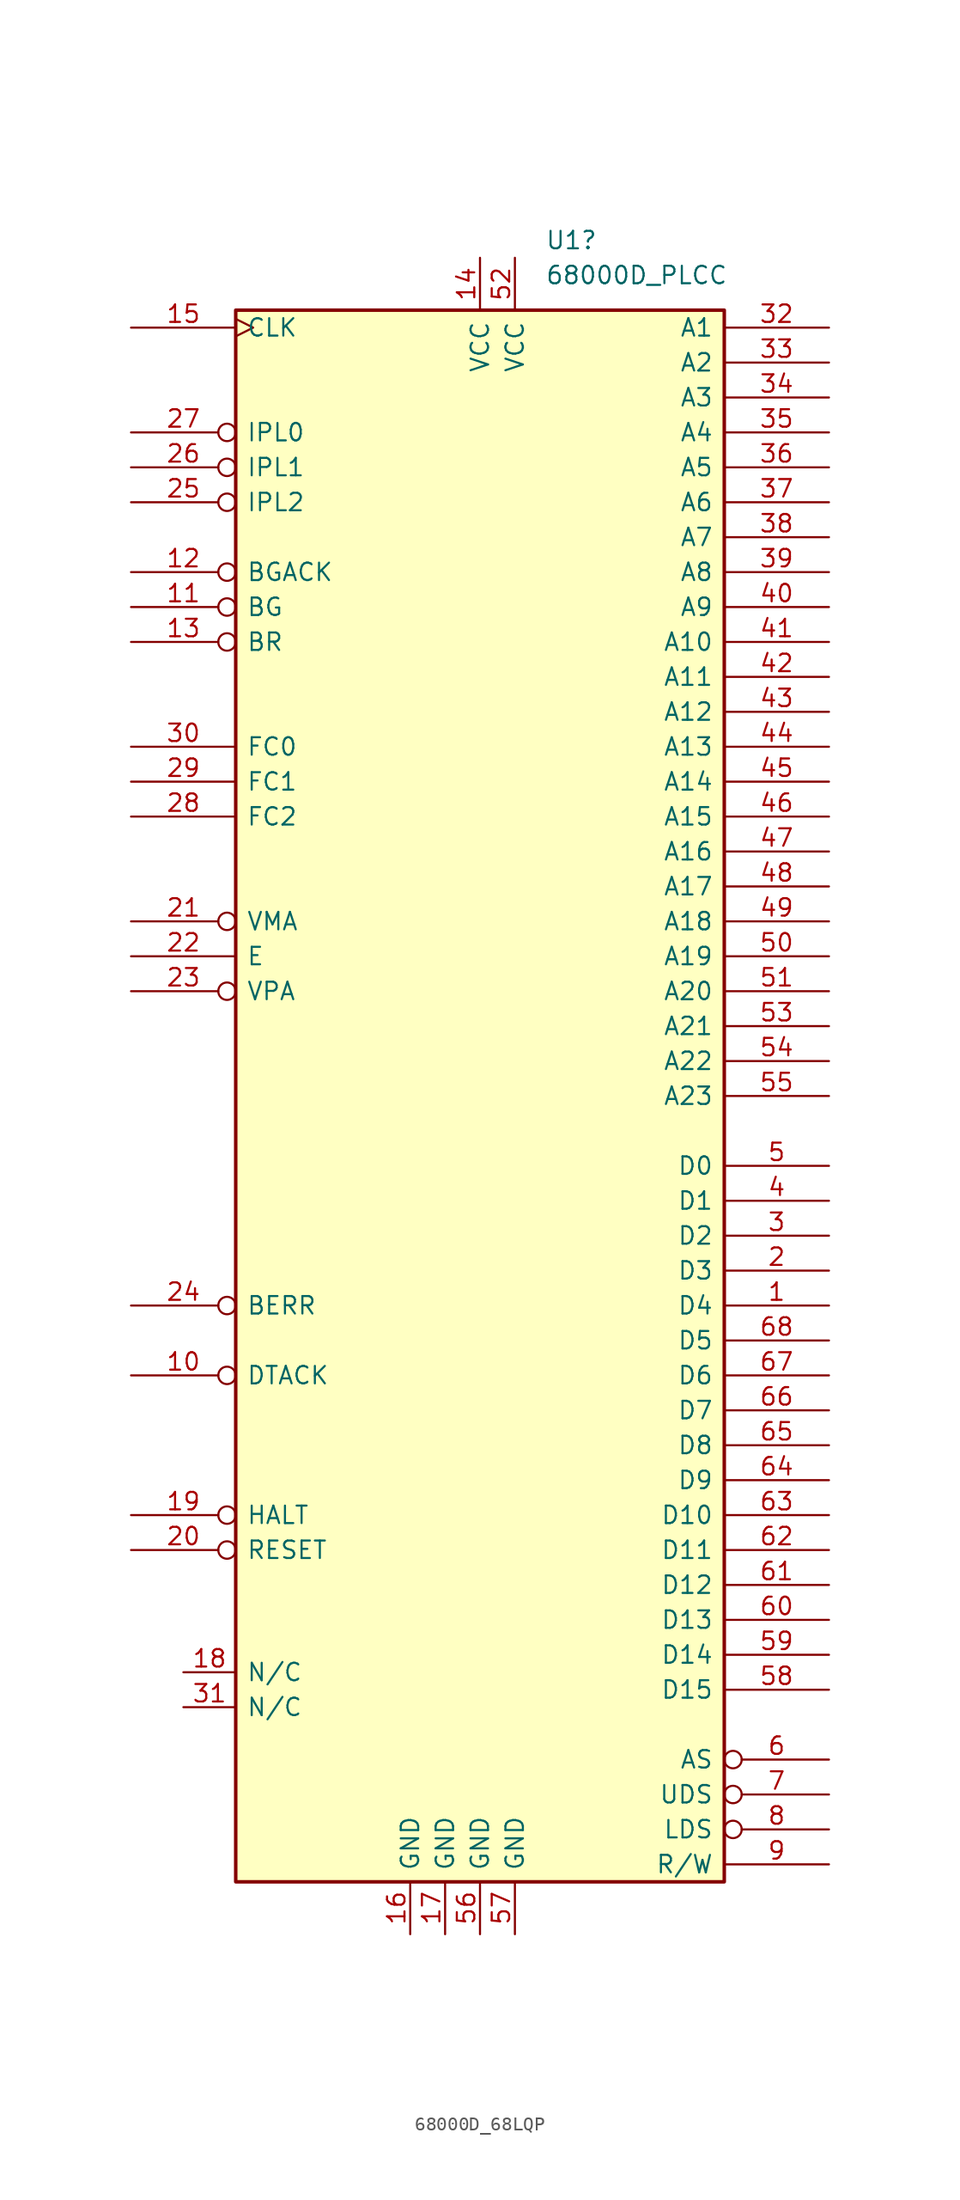
<source format=kicad_sym>
(kicad_symbol_lib
  (version 20241209)
  (generator "kicad_symbol_editor")
  (generator_version "9.0")
  (symbol "68000D_68LQP"
    (pin_names
      (offset 0.762))
    (property "Reference" "U1"
      (at 4.734 62.23 0)
      (effects (font (size 1.27 1.27)) (justify left)))
    (property "Value" "68000D_PLCC"
      (at 4.734 59.69 0)
      (effects (font (size 1.27 1.27)) (justify left)))
    (symbol "68000D_68LQP_0_1"
      (rectangle (start -17.78 57.15) (end 17.78 -57.15) (stroke (width 0.254) (type default)) (fill (type background))))
    (symbol "68000D_68LQP_1_1"
      (pin input clock (at -25.4 55.88 0) (length 7.62) (name "CLK" (effects (font (size 1.27 1.27)))) (number "15" (effects (font (size 1.27 1.27)))))
      (pin input inverted (at -25.4 48.26 0) (length 7.62) (name "IPL0" (effects (font (size 1.27 1.27)))) (number "27" (effects (font (size 1.27 1.27)))))
      (pin input inverted (at -25.4 45.72 0) (length 7.62) (name "IPL1" (effects (font (size 1.27 1.27)))) (number "26" (effects (font (size 1.27 1.27)))))
      (pin input inverted (at -25.4 43.18 0) (length 7.62) (name "IPL2" (effects (font (size 1.27 1.27)))) (number "25" (effects (font (size 1.27 1.27)))))
      (pin input inverted (at -25.4 38.1 0) (length 7.62) (name "BGACK" (effects (font (size 1.27 1.27)))) (number "12" (effects (font (size 1.27 1.27)))))
      (pin output inverted (at -25.4 35.56 0) (length 7.62) (name "BG" (effects (font (size 1.27 1.27)))) (number "11" (effects (font (size 1.27 1.27)))))
      (pin input inverted (at -25.4 33.02 0) (length 7.62) (name "BR" (effects (font (size 1.27 1.27)))) (number "13" (effects (font (size 1.27 1.27)))))
      (pin output line (at -25.4 25.4 0) (length 7.62) (name "FC0" (effects (font (size 1.27 1.27)))) (number "30" (effects (font (size 1.27 1.27)))))
      (pin output line (at -25.4 22.86 0) (length 7.62) (name "FC1" (effects (font (size 1.27 1.27)))) (number "29" (effects (font (size 1.27 1.27)))))
      (pin output line (at -25.4 20.32 0) (length 7.62) (name "FC2" (effects (font (size 1.27 1.27)))) (number "28" (effects (font (size 1.27 1.27)))))
      (pin output inverted (at -25.4 12.7 0) (length 7.62) (name "VMA" (effects (font (size 1.27 1.27)))) (number "21" (effects (font (size 1.27 1.27)))))
      (pin output line (at -25.4 10.16 0) (length 7.62) (name "E" (effects (font (size 1.27 1.27)))) (number "22" (effects (font (size 1.27 1.27)))))
      (pin input inverted (at -25.4 7.62 0) (length 7.62) (name "VPA" (effects (font (size 1.27 1.27)))) (number "23" (effects (font (size 1.27 1.27)))))
      (pin input inverted (at -25.4 -15.24 0) (length 7.62) (name "BERR" (effects (font (size 1.27 1.27)))) (number "24" (effects (font (size 1.27 1.27)))))
      (pin input inverted (at -25.4 -20.32 0) (length 7.62) (name "DTACK" (effects (font (size 1.27 1.27)))) (number "10" (effects (font (size 1.27 1.27)))))
      (pin bidirectional inverted (at -25.4 -30.48 0) (length 7.62) (name "HALT" (effects (font (size 1.27 1.27)))) (number "19" (effects (font (size 1.27 1.27)))))
      (pin bidirectional inverted (at -25.4 -33.02 0) (length 7.62) (name "RESET" (effects (font (size 1.27 1.27)))) (number "20" (effects (font (size 1.27 1.27)))))
      (pin unspecified line (at -21.59 -41.91 0) (length 3.81) (name "N/C" (effects (font (size 1.27 1.27)))) (number "18" (effects (font (size 1.27 1.27)))))
      (pin unspecified line (at -21.59 -44.45 0) (length 3.81) (name "N/C" (effects (font (size 1.27 1.27)))) (number "31" (effects (font (size 1.27 1.27)))))
      (pin power_in line (at -5.08 -60.96 90) (length 3.81) (name "GND" (effects (font (size 1.27 1.27)))) (number "16" (effects (font (size 1.27 1.27)))))
      (pin power_in line (at -2.54 -60.96 90) (length 3.81) (name "GND" (effects (font (size 1.27 1.27)))) (number "17" (effects (font (size 1.27 1.27)))))
      (pin power_in line (at 0 60.96 270) (length 3.81) (name "VCC" (effects (font (size 1.27 1.27)))) (number "14" (effects (font (size 1.27 1.27)))))
      (pin power_in line (at 0 -60.96 90) (length 3.81) (name "GND" (effects (font (size 1.27 1.27)))) (number "56" (effects (font (size 1.27 1.27)))))
      (pin power_in line (at 2.54 60.96 270) (length 3.81) (name "VCC" (effects (font (size 1.27 1.27)))) (number "52" (effects (font (size 1.27 1.27)))))
      (pin power_in line (at 2.54 -60.96 90) (length 3.81) (name "GND" (effects (font (size 1.27 1.27)))) (number "57" (effects (font (size 1.27 1.27)))))
      (pin output line (at 25.4 55.88 180) (length 7.62) (name "A1" (effects (font (size 1.27 1.27)))) (number "32" (effects (font (size 1.27 1.27)))))
      (pin output line (at 25.4 53.34 180) (length 7.62) (name "A2" (effects (font (size 1.27 1.27)))) (number "33" (effects (font (size 1.27 1.27)))))
      (pin output line (at 25.4 50.8 180) (length 7.62) (name "A3" (effects (font (size 1.27 1.27)))) (number "34" (effects (font (size 1.27 1.27)))))
      (pin output line (at 25.4 48.26 180) (length 7.62) (name "A4" (effects (font (size 1.27 1.27)))) (number "35" (effects (font (size 1.27 1.27)))))
      (pin output line (at 25.4 45.72 180) (length 7.62) (name "A5" (effects (font (size 1.27 1.27)))) (number "36" (effects (font (size 1.27 1.27)))))
      (pin output line (at 25.4 43.18 180) (length 7.62) (name "A6" (effects (font (size 1.27 1.27)))) (number "37" (effects (font (size 1.27 1.27)))))
      (pin output line (at 25.4 40.64 180) (length 7.62) (name "A7" (effects (font (size 1.27 1.27)))) (number "38" (effects (font (size 1.27 1.27)))))
      (pin output line (at 25.4 38.1 180) (length 7.62) (name "A8" (effects (font (size 1.27 1.27)))) (number "39" (effects (font (size 1.27 1.27)))))
      (pin output line (at 25.4 35.56 180) (length 7.62) (name "A9" (effects (font (size 1.27 1.27)))) (number "40" (effects (font (size 1.27 1.27)))))
      (pin output line (at 25.4 33.02 180) (length 7.62) (name "A10" (effects (font (size 1.27 1.27)))) (number "41" (effects (font (size 1.27 1.27)))))
      (pin output line (at 25.4 30.48 180) (length 7.62) (name "A11" (effects (font (size 1.27 1.27)))) (number "42" (effects (font (size 1.27 1.27)))))
      (pin output line (at 25.4 27.94 180) (length 7.62) (name "A12" (effects (font (size 1.27 1.27)))) (number "43" (effects (font (size 1.27 1.27)))))
      (pin output line (at 25.4 25.4 180) (length 7.62) (name "A13" (effects (font (size 1.27 1.27)))) (number "44" (effects (font (size 1.27 1.27)))))
      (pin output line (at 25.4 22.86 180) (length 7.62) (name "A14" (effects (font (size 1.27 1.27)))) (number "45" (effects (font (size 1.27 1.27)))))
      (pin output line (at 25.4 20.32 180) (length 7.62) (name "A15" (effects (font (size 1.27 1.27)))) (number "46" (effects (font (size 1.27 1.27)))))
      (pin output line (at 25.4 17.78 180) (length 7.62) (name "A16" (effects (font (size 1.27 1.27)))) (number "47" (effects (font (size 1.27 1.27)))))
      (pin output line (at 25.4 15.24 180) (length 7.62) (name "A17" (effects (font (size 1.27 1.27)))) (number "48" (effects (font (size 1.27 1.27)))))
      (pin output line (at 25.4 12.7 180) (length 7.62) (name "A18" (effects (font (size 1.27 1.27)))) (number "49" (effects (font (size 1.27 1.27)))))
      (pin output line (at 25.4 10.16 180) (length 7.62) (name "A19" (effects (font (size 1.27 1.27)))) (number "50" (effects (font (size 1.27 1.27)))))
      (pin output line (at 25.4 7.62 180) (length 7.62) (name "A20" (effects (font (size 1.27 1.27)))) (number "51" (effects (font (size 1.27 1.27)))))
      (pin output line (at 25.4 5.08 180) (length 7.62) (name "A21" (effects (font (size 1.27 1.27)))) (number "53" (effects (font (size 1.27 1.27)))))
      (pin output line (at 25.4 2.54 180) (length 7.62) (name "A22" (effects (font (size 1.27 1.27)))) (number "54" (effects (font (size 1.27 1.27)))))
      (pin output line (at 25.4 0 180) (length 7.62) (name "A23" (effects (font (size 1.27 1.27)))) (number "55" (effects (font (size 1.27 1.27)))))
      (pin bidirectional line (at 25.4 -5.08 180) (length 7.62) (name "D0" (effects (font (size 1.27 1.27)))) (number "5" (effects (font (size 1.27 1.27)))))
      (pin bidirectional line (at 25.4 -7.62 180) (length 7.62) (name "D1" (effects (font (size 1.27 1.27)))) (number "4" (effects (font (size 1.27 1.27)))))
      (pin bidirectional line (at 25.4 -10.16 180) (length 7.62) (name "D2" (effects (font (size 1.27 1.27)))) (number "3" (effects (font (size 1.27 1.27)))))
      (pin bidirectional line (at 25.4 -12.7 180) (length 7.62) (name "D3" (effects (font (size 1.27 1.27)))) (number "2" (effects (font (size 1.27 1.27)))))
      (pin bidirectional line (at 25.4 -15.24 180) (length 7.62) (name "D4" (effects (font (size 1.27 1.27)))) (number "1" (effects (font (size 1.27 1.27)))))
      (pin bidirectional line (at 25.4 -17.78 180) (length 7.62) (name "D5" (effects (font (size 1.27 1.27)))) (number "68" (effects (font (size 1.27 1.27)))))
      (pin bidirectional line (at 25.4 -20.32 180) (length 7.62) (name "D6" (effects (font (size 1.27 1.27)))) (number "67" (effects (font (size 1.27 1.27)))))
      (pin bidirectional line (at 25.4 -22.86 180) (length 7.62) (name "D7" (effects (font (size 1.27 1.27)))) (number "66" (effects (font (size 1.27 1.27)))))
      (pin bidirectional line (at 25.4 -25.4 180) (length 7.62) (name "D8" (effects (font (size 1.27 1.27)))) (number "65" (effects (font (size 1.27 1.27)))))
      (pin bidirectional line (at 25.4 -27.94 180) (length 7.62) (name "D9" (effects (font (size 1.27 1.27)))) (number "64" (effects (font (size 1.27 1.27)))))
      (pin bidirectional line (at 25.4 -30.48 180) (length 7.62) (name "D10" (effects (font (size 1.27 1.27)))) (number "63" (effects (font (size 1.27 1.27)))))
      (pin bidirectional line (at 25.4 -33.02 180) (length 7.62) (name "D11" (effects (font (size 1.27 1.27)))) (number "62" (effects (font (size 1.27 1.27)))))
      (pin bidirectional line (at 25.4 -35.56 180) (length 7.62) (name "D12" (effects (font (size 1.27 1.27)))) (number "61" (effects (font (size 1.27 1.27)))))
      (pin bidirectional line (at 25.4 -38.1 180) (length 7.62) (name "D13" (effects (font (size 1.27 1.27)))) (number "60" (effects (font (size 1.27 1.27)))))
      (pin bidirectional line (at 25.4 -40.64 180) (length 7.62) (name "D14" (effects (font (size 1.27 1.27)))) (number "59" (effects (font (size 1.27 1.27)))))
      (pin bidirectional line (at 25.4 -43.18 180) (length 7.62) (name "D15" (effects (font (size 1.27 1.27)))) (number "58" (effects (font (size 1.27 1.27)))))
      (pin output inverted (at 25.4 -48.26 180) (length 7.62) (name "AS" (effects (font (size 1.27 1.27)))) (number "6" (effects (font (size 1.27 1.27)))))
      (pin output inverted (at 25.4 -50.8 180) (length 7.62) (name "UDS" (effects (font (size 1.27 1.27)))) (number "7" (effects (font (size 1.27 1.27)))))
      (pin output inverted (at 25.4 -53.34 180) (length 7.62) (name "LDS" (effects (font (size 1.27 1.27)))) (number "8" (effects (font (size 1.27 1.27)))))
      (pin output line (at 25.4 -55.88 180) (length 7.62) (name "R/W" (effects (font (size 1.27 1.27)))) (number "9" (effects (font (size 1.27 1.27))))))))
</source>
